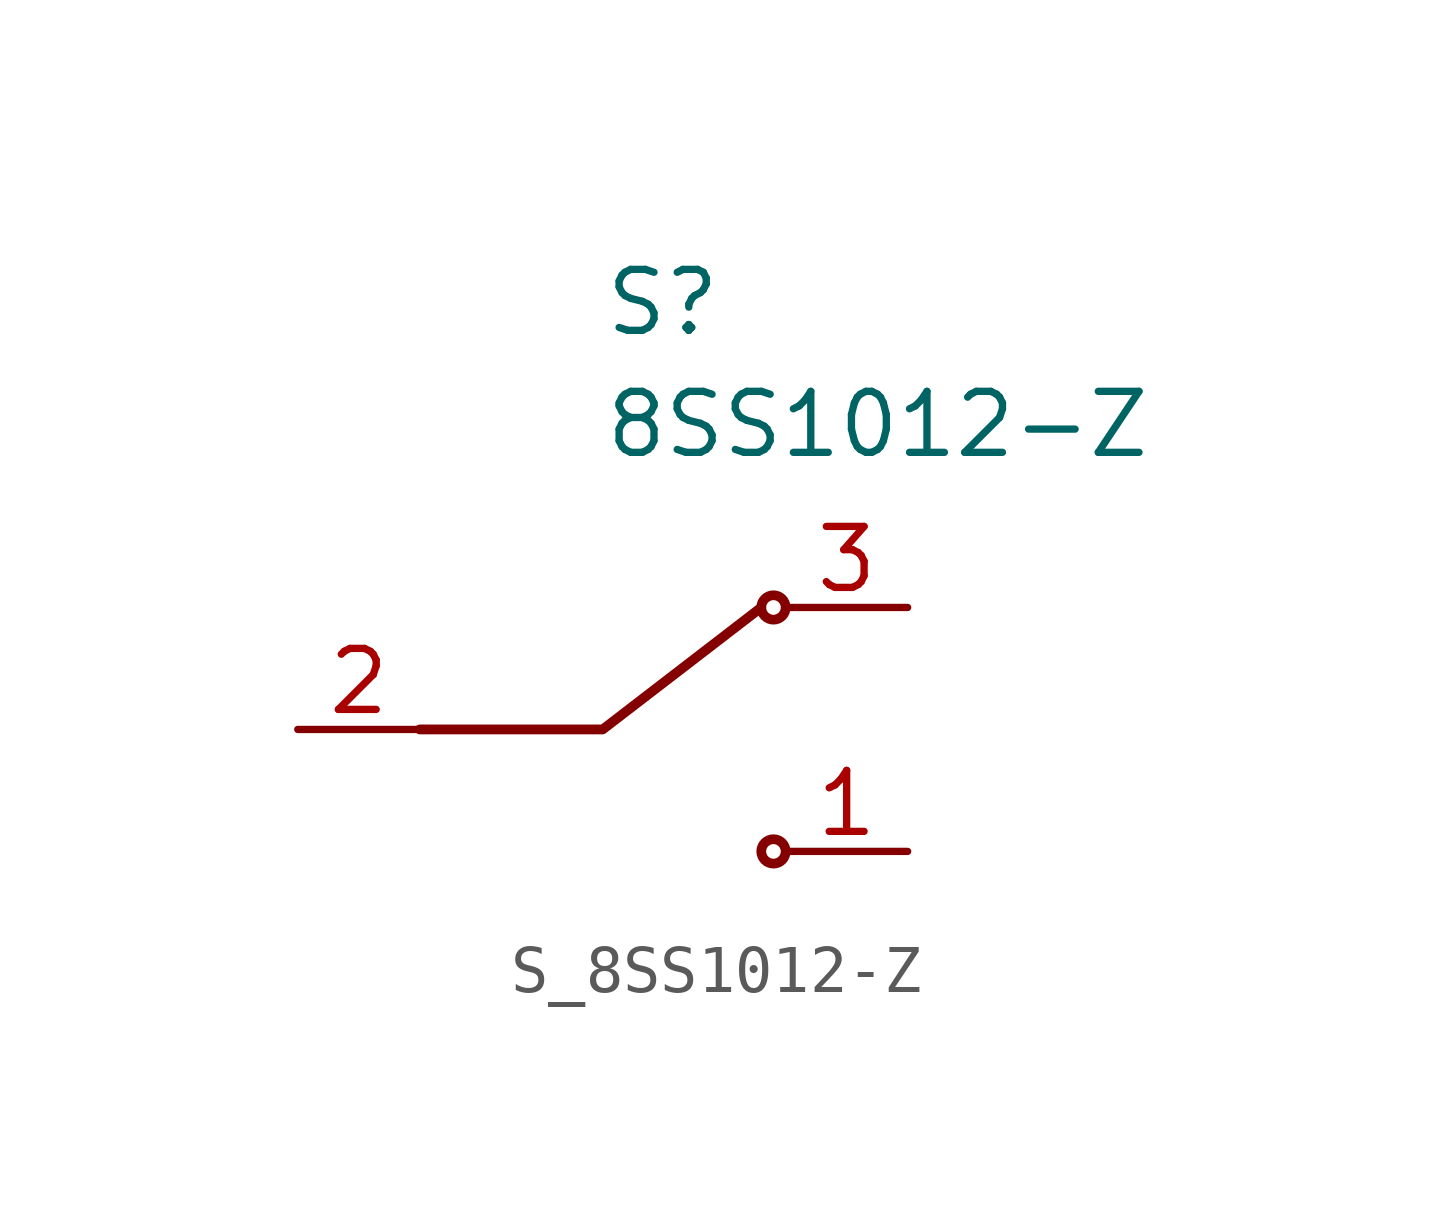
<source format=kicad_sym>
(kicad_symbol_lib
  (version 20241209)
  (generator "kicad_symbol_editor")
  (generator_version "9.0")
  (symbol "S_8SS1012-Z"
    (property "Reference" "S"
      (at 0 8.89 0)
      (effects (font (size 1.27 1.27)) (justify left)))
    (property "Value" "8SS1012-Z"
      (at 0 6.35 0)
      (effects (font (size 1.27 1.27)) (justify left)))
    (symbol "S_8SS1012-Z_1_1"
      (polyline (pts (xy -3.81 0) (xy 0 0) (xy 3.302 2.54)) (stroke (width 0.203) (type solid)) (fill (type none)))
      (circle (center 3.556 2.54) (radius 0.254) (stroke (width 0.203) (type solid)) (fill (type none)))
      (circle (center 3.556 -2.54) (radius 0.254) (stroke (width 0.203) (type solid)) (fill (type none)))
      (pin input line (at -6.35 0 0) (length 2.54) (name "" (effects (font (size 1.27 1.27)))) (number "2" (effects (font (size 1.27 1.27)))))
      (pin input line (at 6.35 2.54 180) (length 2.54) (name "" (effects (font (size 1.27 1.27)))) (number "3" (effects (font (size 1.27 1.27)))))
      (pin input line (at 6.35 -2.54 180) (length 2.54) (name "" (effects (font (size 1.27 1.27)))) (number "1" (effects (font (size 1.27 1.27))))))))
</source>
